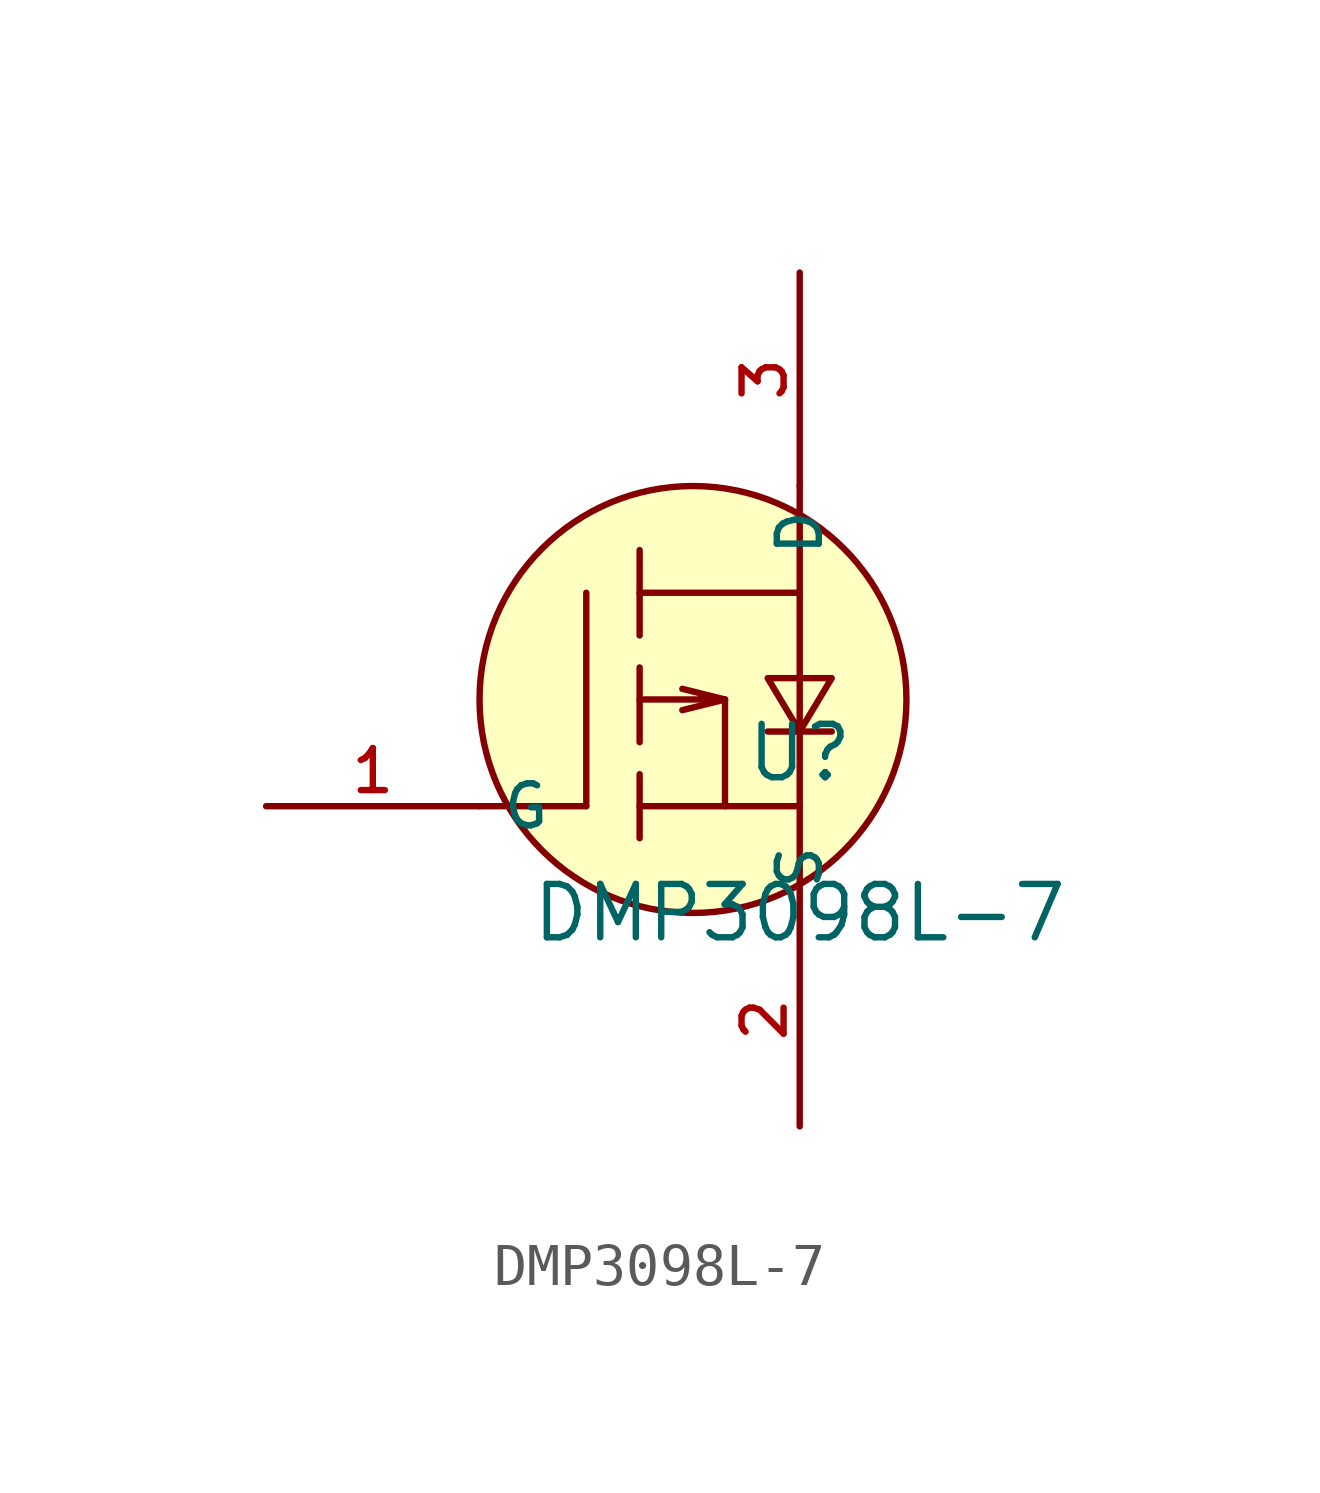
<source format=kicad_sym>
(kicad_symbol_lib
  (version 20210201)
  (generator TousstNicolas/JLC2KiCad_lib)
  (symbol "DMP3098L-7"
    (property "Reference" "U"
      (at 0 1.27 0)
      (effects (font (size 1.27 1.27))))
    (property "Value" "DMP3098L-7"
      (at 0 -2.54 0)
      (effects (font (size 1.27 1.27))))
    (symbol "DMP3098L-7_0_1"
      (polyline (pts (xy -5.08 5.08) (xy -5.08 -0.0)) (stroke (width 0) (type default) (color 0 0 0 0)) (fill (type none)))
      (polyline (pts (xy -3.81 6.096) (xy -3.81 4.064)) (stroke (width 0) (type default) (color 0 0 0 0)) (fill (type none)))
      (polyline (pts (xy -3.81 3.302) (xy -3.81 1.524)) (stroke (width 0) (type default) (color 0 0 0 0)) (fill (type none)))
      (polyline (pts (xy -3.81 0.762) (xy -3.81 -0.762)) (stroke (width 0) (type default) (color 0 0 0 0)) (fill (type none)))
      (polyline (pts (xy -3.81 5.08) (xy 0.0 5.08)) (stroke (width 0) (type default) (color 0 0 0 0)) (fill (type none)))
      (polyline (pts (xy 0.0 7.62) (xy 0.0 -2.54)) (stroke (width 0) (type default) (color 0 0 0 0)) (fill (type none)))
      (polyline (pts (xy -3.81 -0.0) (xy 0.0 -0.0)) (stroke (width 0) (type default) (color 0 0 0 0)) (fill (type none)))
      (polyline (pts (xy -1.778 2.54) (xy -1.778 -0.0)) (stroke (width 0) (type default) (color 0 0 0 0)) (fill (type none)))
      (polyline (pts (xy -5.08 -0.0) (xy -7.62 -0.0)) (stroke (width 0) (type default) (color 0 0 0 0)) (fill (type none)))
      (pin unspecified line (at -12.7 -0.0 0) (length 5.08) (name "G" (effects (font (size 1 1)))) (number "1" (effects (font (size 1 1)))))
      (pin unspecified line (at 0.0 -7.62 90) (length 5.08) (name "S" (effects (font (size 1 1)))) (number "2" (effects (font (size 1 1)))))
      (pin unspecified line (at 0.0 12.7 270) (length 5.08) (name "D" (effects (font (size 1 1)))) (number "3" (effects (font (size 1 1)))))
      (polyline (pts (xy -3.81 2.54) (xy -1.778 2.54) (xy -2.794 2.794)) (stroke (width 0) (type default) (color 0 0 0 0)) (fill (type none)))
      (polyline (pts (xy -1.778 2.54) (xy -2.794 2.286)) (stroke (width 0) (type default) (color 0 0 0 0)) (fill (type none)))
      (polyline (pts (xy -0.762 3.048) (xy 0.762 3.048) (xy 0.0 1.778) (xy -0.762 3.048)) (stroke (width 0) (type default) (color 0 0 0 0)) (fill (type none)))
      (polyline (pts (xy -0.762 1.778) (xy 0.762 1.778)) (stroke (width 0) (type default) (color 0 0 0 0)) (fill (type none)))
      (circle (center -2.54 2.54) (radius 5.08) (stroke (width 0) (type default) (color 0 0 0 0)) (fill (type background))))))
</source>
